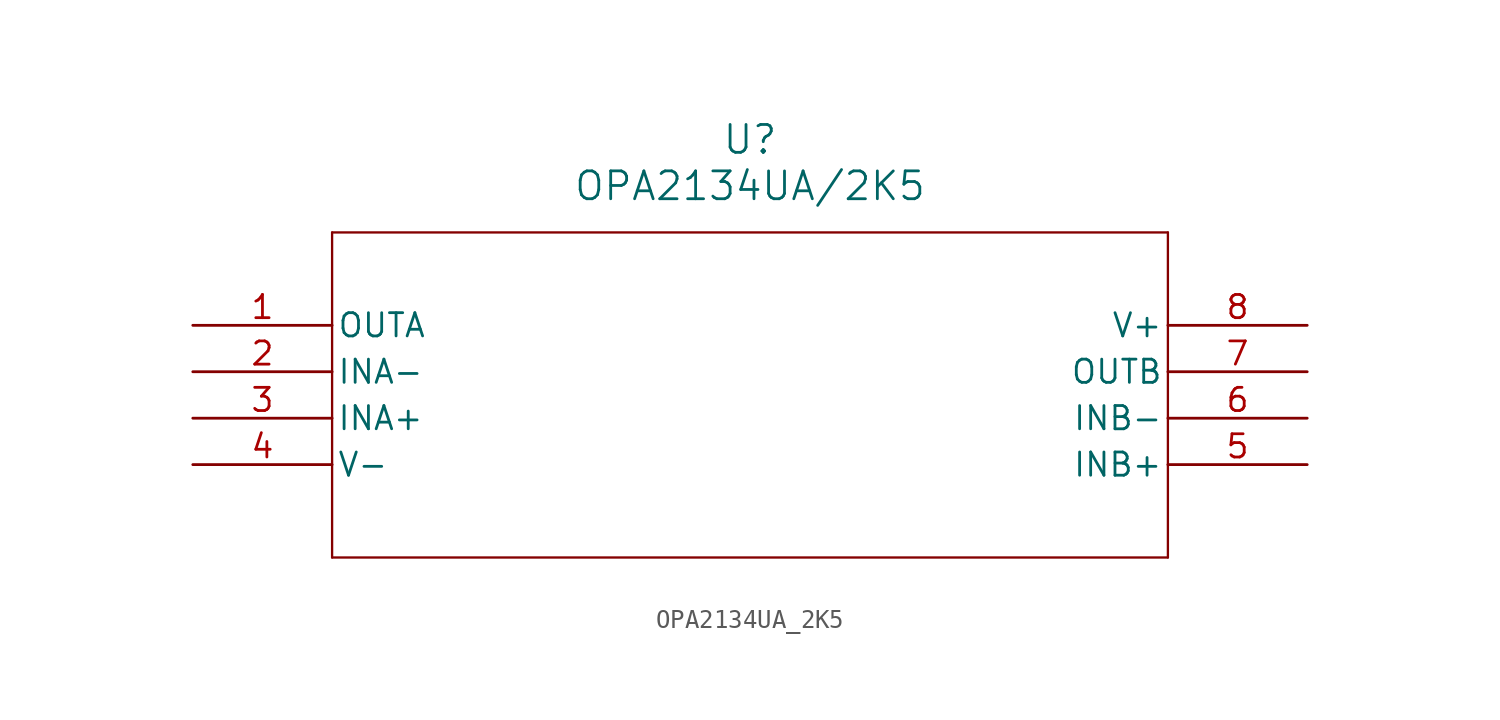
<source format=kicad_sym>
(kicad_symbol_lib
  (version 20211014)
  (generator kicad_symbol_editor)
  (symbol "OPA2134UA_2K5"
    (pin_names
      (offset 0.254))
    (property "Reference" "U"
      (at 30.48 10.16 0)
      (effects (font (size 1.524 1.524))))
    (property "Value" "OPA2134UA/2K5"
      (at 30.48 7.62 0)
      (effects (font (size 1.524 1.524))))
    (symbol "OPA2134UA_2K5_0_1"
      (polyline (pts (xy 7.62 5.08) (xy 7.62 -12.7)) (stroke (width 0.127) (type default) (color 0 0 0 0)) (fill (type none)))
      (polyline (pts (xy 7.62 -12.7) (xy 53.34 -12.7)) (stroke (width 0.127) (type default) (color 0 0 0 0)) (fill (type none)))
      (polyline (pts (xy 53.34 -12.7) (xy 53.34 5.08)) (stroke (width 0.127) (type default) (color 0 0 0 0)) (fill (type none)))
      (polyline (pts (xy 53.34 5.08) (xy 7.62 5.08)) (stroke (width 0.127) (type default) (color 0 0 0 0)) (fill (type none)))
      (pin output line (at 0 0 0) (length 7.62) (name "OUTA" (effects (font (size 1.27 1.27)))) (number "1" (effects (font (size 1.27 1.27)))))
      (pin input line (at 0 -2.54 0) (length 7.62) (name "INA-" (effects (font (size 1.27 1.27)))) (number "2" (effects (font (size 1.27 1.27)))))
      (pin input line (at 0 -5.08 0) (length 7.62) (name "INA+" (effects (font (size 1.27 1.27)))) (number "3" (effects (font (size 1.27 1.27)))))
      (pin power_in line (at 0 -7.62 0) (length 7.62) (name "V-" (effects (font (size 1.27 1.27)))) (number "4" (effects (font (size 1.27 1.27)))))
      (pin input line (at 60.96 -7.62 180) (length 7.62) (name "INB+" (effects (font (size 1.27 1.27)))) (number "5" (effects (font (size 1.27 1.27)))))
      (pin input line (at 60.96 -5.08 180) (length 7.62) (name "INB-" (effects (font (size 1.27 1.27)))) (number "6" (effects (font (size 1.27 1.27)))))
      (pin output line (at 60.96 -2.54 180) (length 7.62) (name "OUTB" (effects (font (size 1.27 1.27)))) (number "7" (effects (font (size 1.27 1.27)))))
      (pin power_in line (at 60.96 0 180) (length 7.62) (name "V+" (effects (font (size 1.27 1.27)))) (number "8" (effects (font (size 1.27 1.27))))))))
</source>
